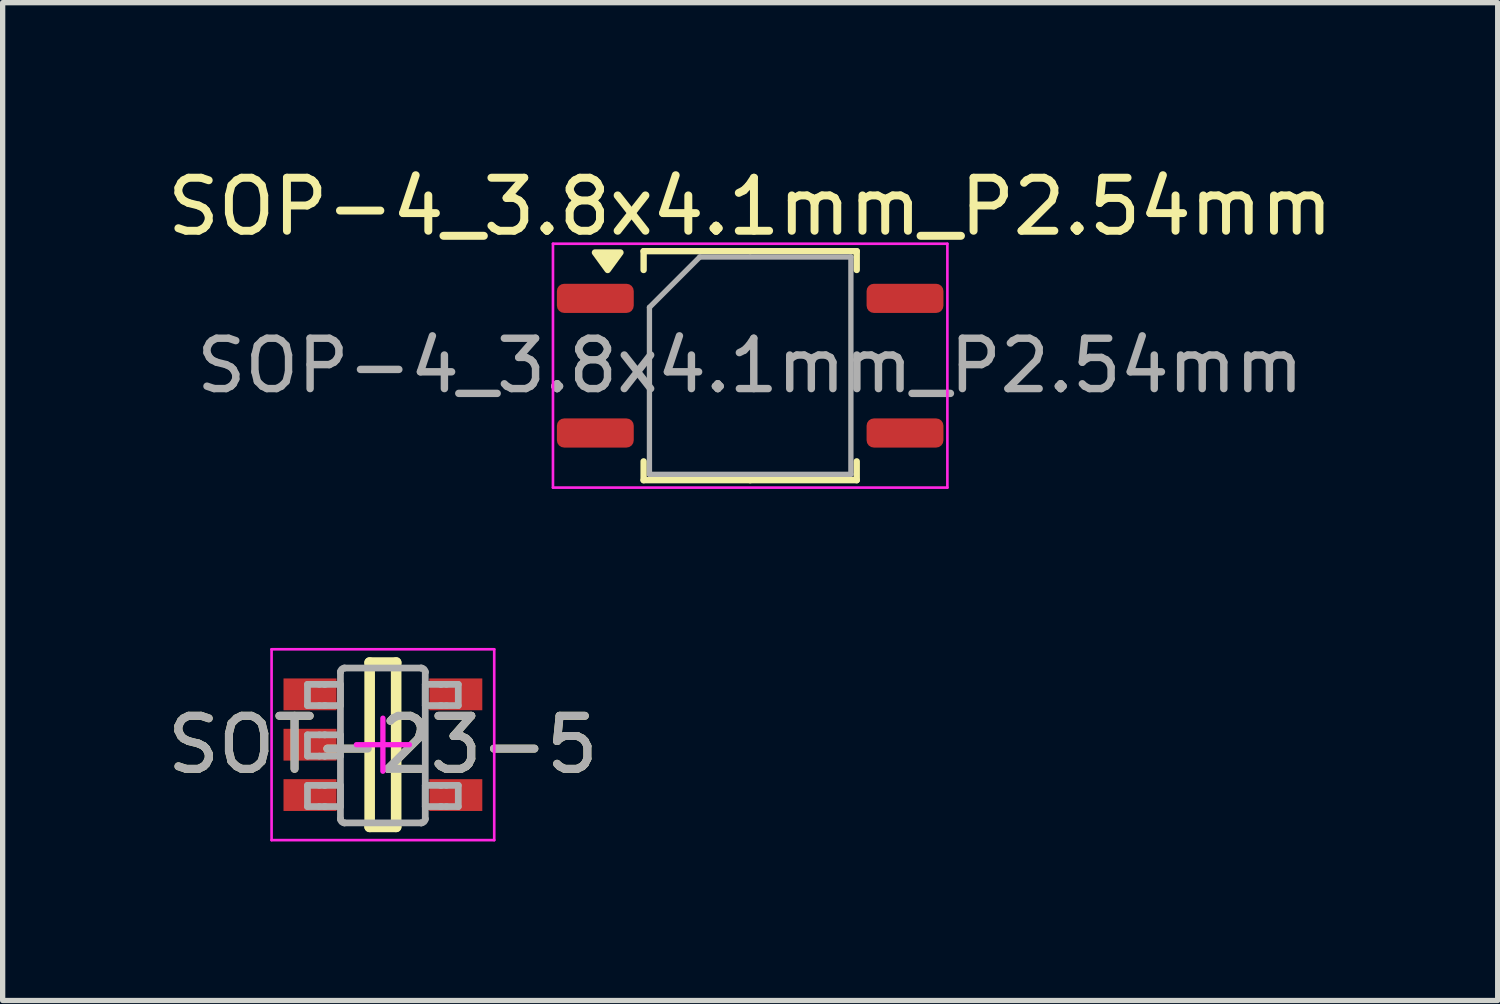
<source format=kicad_pcb>
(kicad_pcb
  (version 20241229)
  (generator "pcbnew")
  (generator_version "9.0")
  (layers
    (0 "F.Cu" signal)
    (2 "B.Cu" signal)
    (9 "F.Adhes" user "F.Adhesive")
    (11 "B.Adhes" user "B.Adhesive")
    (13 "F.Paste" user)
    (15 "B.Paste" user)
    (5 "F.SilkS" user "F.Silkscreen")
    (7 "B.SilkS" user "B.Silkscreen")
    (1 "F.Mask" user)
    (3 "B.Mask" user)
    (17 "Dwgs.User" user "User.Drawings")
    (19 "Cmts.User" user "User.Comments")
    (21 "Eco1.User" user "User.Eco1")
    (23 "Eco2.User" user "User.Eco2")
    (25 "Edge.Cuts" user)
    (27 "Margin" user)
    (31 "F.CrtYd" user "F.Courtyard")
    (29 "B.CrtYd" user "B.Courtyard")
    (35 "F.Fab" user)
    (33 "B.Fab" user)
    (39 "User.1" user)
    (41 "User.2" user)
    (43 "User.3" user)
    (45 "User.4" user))
  (footprint "SOP-4_3.8x4.1mm_P2.54mm"
    (layer "F.Cu")
    (at 11.101 3.848)
    (property "Reference" "SOP-4_3.8x4.1mm_P2.54mm" (at 0 -3 0) (layer "F.SilkS") (effects (font (size 1 1) (thickness 0.15))))
    (attr smd)
    (fp_line (start -2.01 -2.16) (end -2.01 -1.805) (stroke (width 0.12) (type solid)) (layer "F.SilkS"))
    (fp_line (start -2.01 2.16) (end -2.01 1.805) (stroke (width 0.12) (type solid)) (layer "F.SilkS"))
    (fp_line (start 0 -2.16) (end -2.01 -2.16) (stroke (width 0.12) (type solid)) (layer "F.SilkS"))
    (fp_line (start 0 -2.16) (end 2.01 -2.16) (stroke (width 0.12) (type solid)) (layer "F.SilkS"))
    (fp_line (start 0 2.16) (end -2.01 2.16) (stroke (width 0.12) (type solid)) (layer "F.SilkS"))
    (fp_line (start 0 2.16) (end 2.01 2.16) (stroke (width 0.12) (type solid)) (layer "F.SilkS"))
    (fp_line (start 2.01 -2.16) (end 2.01 -1.805) (stroke (width 0.12) (type solid)) (layer "F.SilkS"))
    (fp_line (start 2.01 2.16) (end 2.01 1.805) (stroke (width 0.12) (type solid)) (layer "F.SilkS"))
    (fp_poly (pts (xy -2.688 -1.805) (xy -2.928 -2.135) (xy -2.447 -2.135) (xy -2.688 -1.805)) (stroke (width 0.12) (type solid)) (fill yes) (layer "F.SilkS"))
    (fp_line (start -3.72 -2.3) (end -3.72 2.3) (stroke (width 0.05) (type solid)) (layer "F.CrtYd"))
    (fp_line (start -3.72 2.3) (end 3.72 2.3) (stroke (width 0.05) (type solid)) (layer "F.CrtYd"))
    (fp_line (start 3.72 -2.3) (end -3.72 -2.3) (stroke (width 0.05) (type solid)) (layer "F.CrtYd"))
    (fp_line (start 3.72 2.3) (end 3.72 -2.3) (stroke (width 0.05) (type solid)) (layer "F.CrtYd"))
    (fp_line (start -1.9 -1.1) (end -0.95 -2.05) (stroke (width 0.1) (type solid)) (layer "F.Fab"))
    (fp_line (start -1.9 2.05) (end -1.9 -1.1) (stroke (width 0.1) (type solid)) (layer "F.Fab"))
    (fp_line (start -0.95 -2.05) (end 1.9 -2.05) (stroke (width 0.1) (type solid)) (layer "F.Fab"))
    (fp_line (start 1.9 -2.05) (end 1.9 2.05) (stroke (width 0.1) (type solid)) (layer "F.Fab"))
    (fp_line (start 1.9 2.05) (end -1.9 2.05) (stroke (width 0.1) (type solid)) (layer "F.Fab"))
    (fp_text user "${REFERENCE}" (at 0 0 0) (layer "F.Fab") (effects (font (size 0.95 0.95) (thickness 0.14))))
    (pad "1" smd roundrect (at -2.921 -1.27) (size 1.45 0.55) (layers "F.Cu" "F.Mask" "F.Paste") (roundrect_rratio 0.25))
    (pad "2" smd roundrect (at -2.921 1.27) (size 1.45 0.55) (layers "F.Cu" "F.Mask" "F.Paste") (roundrect_rratio 0.25))
    (pad "3" smd roundrect (at 2.921 1.27) (size 1.45 0.55) (layers "F.Cu" "F.Mask" "F.Paste") (roundrect_rratio 0.25))
    (pad "4" smd roundrect (at 2.921 -1.27) (size 1.45 0.55) (layers "F.Cu" "F.Mask" "F.Paste") (roundrect_rratio 0.25)))
  (footprint "SOT-23-5"
    (layer "F.Cu")
    (at 4.173 10.998)
    (property "Reference" "SOT-23-5" (at 0 0 0) (unlocked yes) (layer "F.SilkS") (effects (font (size 1 1) (thickness 0.15))))
    (attr smd)
    (fp_line (start -0.25 -1.55) (end 0.25 -1.55) (stroke (width 0.2) (type solid)) (layer "F.SilkS"))
    (fp_line (start -0.25 1.55) (end -0.25 -1.55) (stroke (width 0.2) (type solid)) (layer "F.SilkS"))
    (fp_line (start -0.25 1.55) (end 0.25 1.55) (stroke (width 0.2) (type solid)) (layer "F.SilkS"))
    (fp_line (start 0.25 1.55) (end 0.25 -1.55) (stroke (width 0.2) (type solid)) (layer "F.SilkS"))
    (fp_line (start -2.1 -1.8) (end 2.1 -1.8) (stroke (width 0.05) (type solid)) (layer "F.CrtYd"))
    (fp_line (start -2.1 1.8) (end -2.1 -1.8) (stroke (width 0.05) (type solid)) (layer "F.CrtYd"))
    (fp_line (start -2.1 1.8) (end 2.1 1.8) (stroke (width 0.05) (type solid)) (layer "F.CrtYd"))
    (fp_line (start -0.5 0) (end 0.5 0) (stroke (width 0.1) (type solid)) (layer "F.CrtYd"))
    (fp_line (start 0 0.5) (end 0 -0.5) (stroke (width 0.1) (type solid)) (layer "F.CrtYd"))
    (fp_line (start 2.1 1.8) (end 2.1 -1.8) (stroke (width 0.05) (type solid)) (layer "F.CrtYd"))
    (fp_line (start -1.423 -1.138) (end -1.199 -1.138) (stroke (width 0.127) (type solid)) (layer "F.Fab"))
    (fp_line (start -1.423 -0.738) (end -1.423 -1.138) (stroke (width 0.127) (type solid)) (layer "F.Fab"))
    (fp_line (start -1.423 -0.738) (end -1.199 -0.738) (stroke (width 0.127) (type solid)) (layer "F.Fab"))
    (fp_line (start -1.423 -0.186) (end -1.199 -0.186) (stroke (width 0.127) (type solid)) (layer "F.Fab"))
    (fp_line (start -1.423 0.215) (end -1.423 -0.186) (stroke (width 0.127) (type solid)) (layer "F.Fab"))
    (fp_line (start -1.423 0.215) (end -1.199 0.215) (stroke (width 0.127) (type solid)) (layer "F.Fab"))
    (fp_line (start -1.423 0.767) (end -1.199 0.767) (stroke (width 0.127) (type solid)) (layer "F.Fab"))
    (fp_line (start -1.423 1.167) (end -1.423 0.767) (stroke (width 0.127) (type solid)) (layer "F.Fab"))
    (fp_line (start -1.423 1.167) (end -1.199 1.167) (stroke (width 0.127) (type solid)) (layer "F.Fab"))
    (fp_line (start -1.199 -1.138) (end -1.105 -1.138) (stroke (width 0.127) (type solid)) (layer "F.Fab"))
    (fp_line (start -1.199 -0.738) (end -1.105 -0.738) (stroke (width 0.127) (type solid)) (layer "F.Fab"))
    (fp_line (start -1.199 -0.186) (end -1.105 -0.186) (stroke (width 0.127) (type solid)) (layer "F.Fab"))
    (fp_line (start -1.199 0.215) (end -1.105 0.215) (stroke (width 0.127) (type solid)) (layer "F.Fab"))
    (fp_line (start -1.199 0.767) (end -1.105 0.767) (stroke (width 0.127) (type solid)) (layer "F.Fab"))
    (fp_line (start -1.199 1.167) (end -1.105 1.167) (stroke (width 0.127) (type solid)) (layer "F.Fab"))
    (fp_line (start -1.105 -1.138) (end -1.088 -1.138) (stroke (width 0.127) (type solid)) (layer "F.Fab"))
    (fp_line (start -1.105 -0.738) (end -1.088 -0.738) (stroke (width 0.127) (type solid)) (layer "F.Fab"))
    (fp_line (start -1.105 -0.186) (end -1.088 -0.186) (stroke (width 0.127) (type solid)) (layer "F.Fab"))
    (fp_line (start -1.105 0.215) (end -1.088 0.215) (stroke (width 0.127) (type solid)) (layer "F.Fab"))
    (fp_line (start -1.105 0.767) (end -1.088 0.767) (stroke (width 0.127) (type solid)) (layer "F.Fab"))
    (fp_line (start -1.105 1.167) (end -1.088 1.167) (stroke (width 0.127) (type solid)) (layer "F.Fab"))
    (fp_line (start -1.088 -1.138) (end -0.835 -1.138) (stroke (width 0.127) (type solid)) (layer "F.Fab"))
    (fp_line (start -1.088 -0.738) (end -0.835 -0.738) (stroke (width 0.127) (type solid)) (layer "F.Fab"))
    (fp_line (start -1.088 -0.186) (end -0.835 -0.186) (stroke (width 0.127) (type solid)) (layer "F.Fab"))
    (fp_line (start -1.088 0.215) (end -0.835 0.215) (stroke (width 0.127) (type solid)) (layer "F.Fab"))
    (fp_line (start -1.088 0.767) (end -0.835 0.767) (stroke (width 0.127) (type solid)) (layer "F.Fab"))
    (fp_line (start -1.088 1.167) (end -0.835 1.167) (stroke (width 0.127) (type solid)) (layer "F.Fab"))
    (fp_line (start -0.835 -1.138) (end -0.801 -1.138) (stroke (width 0.127) (type solid)) (layer "F.Fab"))
    (fp_line (start -0.835 -0.738) (end -0.801 -0.738) (stroke (width 0.127) (type solid)) (layer "F.Fab"))
    (fp_line (start -0.835 -0.186) (end -0.801 -0.186) (stroke (width 0.127) (type solid)) (layer "F.Fab"))
    (fp_line (start -0.835 0.215) (end -0.801 0.215) (stroke (width 0.127) (type solid)) (layer "F.Fab"))
    (fp_line (start -0.835 0.767) (end -0.801 0.767) (stroke (width 0.127) (type solid)) (layer "F.Fab"))
    (fp_line (start -0.835 1.167) (end -0.801 1.167) (stroke (width 0.127) (type solid)) (layer "F.Fab"))
    (fp_line (start -0.801 -1.37) (end -0.801 -1.371) (stroke (width 0.127) (type solid)) (layer "F.Fab"))
    (fp_line (start -0.801 -0.738) (end -0.801 -1.138) (stroke (width 0.127) (type solid)) (layer "F.Fab"))
    (fp_line (start -0.801 0.215) (end -0.801 -0.186) (stroke (width 0.127) (type solid)) (layer "F.Fab"))
    (fp_line (start -0.801 1.167) (end -0.801 0.767) (stroke (width 0.127) (type solid)) (layer "F.Fab"))
    (fp_line (start -0.801 1.399) (end -0.801 -1.37) (stroke (width 0.127) (type solid)) (layer "F.Fab"))
    (fp_line (start -0.801 1.4) (end -0.801 1.399) (stroke (width 0.127) (type solid)) (layer "F.Fab"))
    (fp_line (start -0.725 -1.446) (end -0.725 -1.446) (stroke (width 0.127) (type solid)) (layer "F.Fab"))
    (fp_line (start -0.725 1.475) (end -0.725 1.475) (stroke (width 0.127) (type solid)) (layer "F.Fab"))
    (fp_line (start -0.725 -1.446) (end 0.723 -1.446) (stroke (width 0.127) (type solid)) (layer "F.Fab"))
    (fp_line (start -0.725 1.475) (end 0.723 1.475) (stroke (width 0.127) (type solid)) (layer "F.Fab"))
    (fp_line (start 0.723 -1.446) (end 0.724 -1.446) (stroke (width 0.127) (type solid)) (layer "F.Fab"))
    (fp_line (start 0.723 1.475) (end 0.724 1.475) (stroke (width 0.127) (type solid)) (layer "F.Fab"))
    (fp_line (start 0.799 -1.37) (end 0.799 -1.371) (stroke (width 0.127) (type solid)) (layer "F.Fab"))
    (fp_line (start 0.799 -1.138) (end 0.834 -1.138) (stroke (width 0.127) (type solid)) (layer "F.Fab"))
    (fp_line (start 0.799 -0.738) (end 0.799 -1.138) (stroke (width 0.127) (type solid)) (layer "F.Fab"))
    (fp_line (start 0.799 -0.738) (end 0.834 -0.738) (stroke (width 0.127) (type solid)) (layer "F.Fab"))
    (fp_line (start 0.799 0.767) (end 0.834 0.767) (stroke (width 0.127) (type solid)) (layer "F.Fab"))
    (fp_line (start 0.799 1.167) (end 0.799 0.767) (stroke (width 0.127) (type solid)) (layer "F.Fab"))
    (fp_line (start 0.799 1.167) (end 0.834 1.167) (stroke (width 0.127) (type solid)) (layer "F.Fab"))
    (fp_line (start 0.799 1.399) (end 0.799 -1.37) (stroke (width 0.127) (type solid)) (layer "F.Fab"))
    (fp_line (start 0.799 1.4) (end 0.799 1.399) (stroke (width 0.127) (type solid)) (layer "F.Fab"))
    (fp_line (start 0.834 -1.138) (end 1.087 -1.138) (stroke (width 0.127) (type solid)) (layer "F.Fab"))
    (fp_line (start 0.834 -0.738) (end 1.087 -0.738) (stroke (width 0.127) (type solid)) (layer "F.Fab"))
    (fp_line (start 0.834 0.767) (end 1.087 0.767) (stroke (width 0.127) (type solid)) (layer "F.Fab"))
    (fp_line (start 0.834 1.167) (end 1.087 1.167) (stroke (width 0.127) (type solid)) (layer "F.Fab"))
    (fp_line (start 1.087 -1.138) (end 1.103 -1.138) (stroke (width 0.127) (type solid)) (layer "F.Fab"))
    (fp_line (start 1.087 -0.738) (end 1.103 -0.738) (stroke (width 0.127) (type solid)) (layer "F.Fab"))
    (fp_line (start 1.087 0.767) (end 1.103 0.767) (stroke (width 0.127) (type solid)) (layer "F.Fab"))
    (fp_line (start 1.087 1.167) (end 1.103 1.167) (stroke (width 0.127) (type solid)) (layer "F.Fab"))
    (fp_line (start 1.103 -1.138) (end 1.198 -1.138) (stroke (width 0.127) (type solid)) (layer "F.Fab"))
    (fp_line (start 1.103 -0.738) (end 1.198 -0.738) (stroke (width 0.127) (type solid)) (layer "F.Fab"))
    (fp_line (start 1.103 0.767) (end 1.198 0.767) (stroke (width 0.127) (type solid)) (layer "F.Fab"))
    (fp_line (start 1.103 1.167) (end 1.198 1.167) (stroke (width 0.127) (type solid)) (layer "F.Fab"))
    (fp_line (start 1.198 -1.138) (end 1.422 -1.138) (stroke (width 0.127) (type solid)) (layer "F.Fab"))
    (fp_line (start 1.198 -0.738) (end 1.422 -0.738) (stroke (width 0.127) (type solid)) (layer "F.Fab"))
    (fp_line (start 1.198 0.767) (end 1.422 0.767) (stroke (width 0.127) (type solid)) (layer "F.Fab"))
    (fp_line (start 1.198 1.167) (end 1.422 1.167) (stroke (width 0.127) (type solid)) (layer "F.Fab"))
    (fp_line (start 1.422 -0.738) (end 1.422 -1.138) (stroke (width 0.127) (type solid)) (layer "F.Fab"))
    (fp_line (start 1.422 1.167) (end 1.422 0.767) (stroke (width 0.127) (type solid)) (layer "F.Fab"))
    (fp_arc (start -0.80074 -1.37084) (mid -0.778218 -1.423887) (end -0.724999 -1.445998) (stroke (width 0.127) (type solid)) (layer "F.Fab"))
    (fp_arc (start -0.724999 1.475) (mid -0.778213 1.452901) (end -0.80074 1.399867) (stroke (width 0.127) (type solid)) (layer "F.Fab"))
    (fp_arc (start 0.723714 -1.445998) (mid 0.776933 -1.423887) (end 0.799455 -1.37084) (stroke (width 0.127) (type solid)) (layer "F.Fab"))
    (fp_arc (start 0.799455 1.399868) (mid 0.776927 1.452901) (end 0.723713 1.475) (stroke (width 0.127) (type solid)) (layer "F.Fab"))
    (fp_text user "${REFERENCE}" (at 0 0 0) (unlocked yes) (layer "F.Fab") (effects (font (size 1 1) (thickness 0.15))))
    (pad "1" smd rect (at -1.375 -0.95 90) (size 0.6 1) (layers "F.Cu" "F.Mask" "F.Paste"))
    (pad "2" smd rect (at -1.375 0 90) (size 0.6 1) (layers "F.Cu" "F.Mask" "F.Paste"))
    (pad "3" smd rect (at -1.375 0.95 90) (size 0.6 1) (layers "F.Cu" "F.Mask" "F.Paste"))
    (pad "4" smd rect (at 1.375 0.95 90) (size 0.6 1) (layers "F.Cu" "F.Mask" "F.Paste"))
    (pad "5" smd rect (at 1.375 -0.95 90) (size 0.6 1) (layers "F.Cu" "F.Mask" "F.Paste")))
  (gr_rect
    (start -3 -3)
    (end 25.202 15.823)
    (stroke (width 0.1) (type default))
    (fill no)
    (layer "Edge.Cuts")))
</source>
